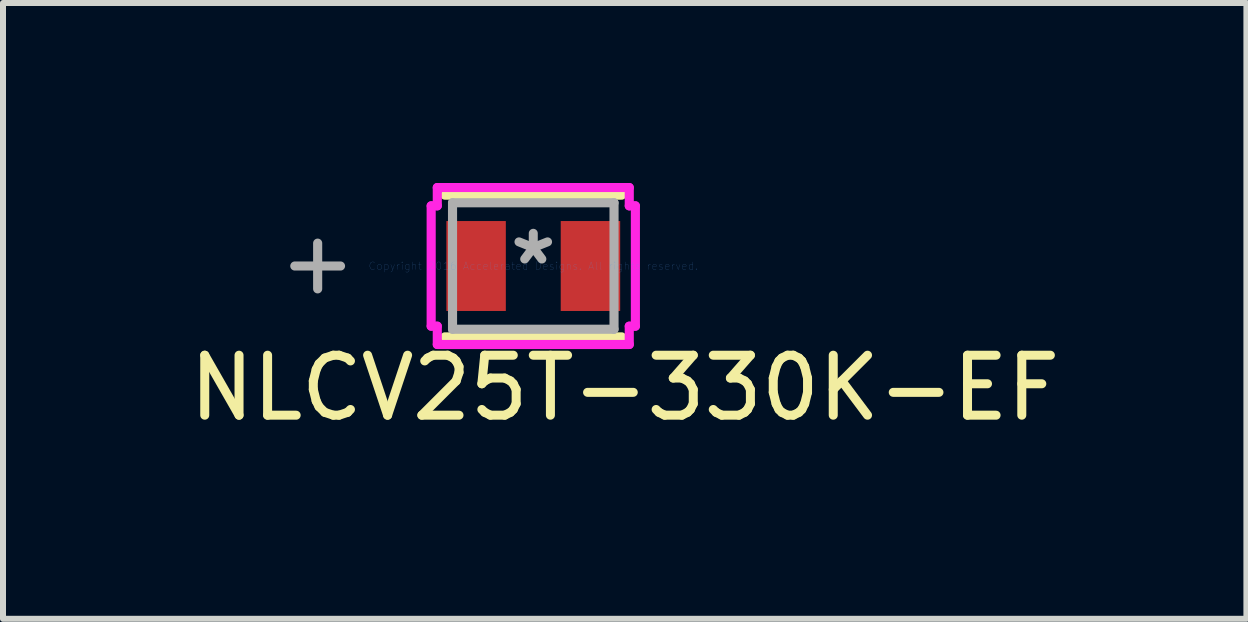
<source format=kicad_pcb>
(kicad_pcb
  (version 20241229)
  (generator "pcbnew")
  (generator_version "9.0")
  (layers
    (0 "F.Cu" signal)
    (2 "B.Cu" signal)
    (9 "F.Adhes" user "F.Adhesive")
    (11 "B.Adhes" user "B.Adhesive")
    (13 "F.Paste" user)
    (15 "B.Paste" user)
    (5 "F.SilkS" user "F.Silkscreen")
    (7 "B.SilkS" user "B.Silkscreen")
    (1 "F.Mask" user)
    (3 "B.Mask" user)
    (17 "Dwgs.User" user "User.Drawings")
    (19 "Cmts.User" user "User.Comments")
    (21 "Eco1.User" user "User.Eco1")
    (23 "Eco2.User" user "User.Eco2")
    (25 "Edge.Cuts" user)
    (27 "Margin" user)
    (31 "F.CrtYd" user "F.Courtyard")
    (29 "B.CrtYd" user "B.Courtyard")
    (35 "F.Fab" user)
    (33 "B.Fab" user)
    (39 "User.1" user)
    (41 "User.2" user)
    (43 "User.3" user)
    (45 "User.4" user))
  (footprint "NLCV25T-330K-EF"
    (layer "F.Cu")
    (at 5.839 1.384)
    (property "Reference" "NLCV25T-330K-EF" (at 1.524 2.032 0) (layer "F.SilkS") (effects (font (size 1 1) (thickness 0.15))))
    (attr through_hole)
    (fp_line (start -1.473 1.181) (end 1.473 1.181) (stroke (width 0.152) (type solid)) (layer "F.SilkS"))
    (fp_line (start 1.473 -1.181) (end -1.473 -1.181) (stroke (width 0.152) (type solid)) (layer "F.SilkS"))
    (fp_line (start -1.702 -1.003) (end -1.6 -1.003) (stroke (width 0.152) (type solid)) (layer "F.CrtYd"))
    (fp_line (start -1.702 1.003) (end -1.702 -1.003) (stroke (width 0.152) (type solid)) (layer "F.CrtYd"))
    (fp_line (start -1.6 -1.308) (end 1.6 -1.308) (stroke (width 0.152) (type solid)) (layer "F.CrtYd"))
    (fp_line (start -1.6 -1.003) (end -1.6 -1.308) (stroke (width 0.152) (type solid)) (layer "F.CrtYd"))
    (fp_line (start -1.6 1.003) (end -1.702 1.003) (stroke (width 0.152) (type solid)) (layer "F.CrtYd"))
    (fp_line (start -1.6 1.308) (end -1.6 1.003) (stroke (width 0.152) (type solid)) (layer "F.CrtYd"))
    (fp_line (start 1.6 -1.308) (end 1.6 -1.003) (stroke (width 0.152) (type solid)) (layer "F.CrtYd"))
    (fp_line (start 1.6 -1.003) (end 1.702 -1.003) (stroke (width 0.152) (type solid)) (layer "F.CrtYd"))
    (fp_line (start 1.6 1.003) (end 1.6 1.308) (stroke (width 0.152) (type solid)) (layer "F.CrtYd"))
    (fp_line (start 1.6 1.308) (end -1.6 1.308) (stroke (width 0.152) (type solid)) (layer "F.CrtYd"))
    (fp_line (start 1.702 -1.003) (end 1.702 1.003) (stroke (width 0.152) (type solid)) (layer "F.CrtYd"))
    (fp_line (start 1.702 1.003) (end 1.6 1.003) (stroke (width 0.152) (type solid)) (layer "F.CrtYd"))
    (fp_line (start -3.594 -0.381) (end -3.594 0.381) (stroke (width 0.152) (type solid)) (layer "F.Fab"))
    (fp_line (start -3.213 0) (end -3.975 0) (stroke (width 0.152) (type solid)) (layer "F.Fab"))
    (fp_line (start -1.346 -1.054) (end -1.346 1.054) (stroke (width 0.152) (type solid)) (layer "F.Fab"))
    (fp_line (start -1.346 1.054) (end 1.346 1.054) (stroke (width 0.152) (type solid)) (layer "F.Fab"))
    (fp_line (start 1.346 -1.054) (end -1.346 -1.054) (stroke (width 0.152) (type solid)) (layer "F.Fab"))
    (fp_line (start 1.346 1.054) (end 1.346 -1.054) (stroke (width 0.152) (type solid)) (layer "F.Fab"))
    (fp_text user "Copyright 2016 Accelerated Designs. All rights reserved." (at 0 0 0) (layer "Cmts.User") (effects (font (size 0.127 0.127) (thickness 0.002))))
    (fp_text user "*" (at 0 0 0) (layer "F.Fab") (effects (font (size 1 1) (thickness 0.15))))
    (pad "1" smd rect (at -0.953 0) (size 0.991 1.499) (layers "F.Cu" "F.Mask" "F.Paste"))
    (pad "2" smd rect (at 0.953 0) (size 0.991 1.499) (layers "F.Cu" "F.Mask" "F.Paste")))
  (gr_rect
    (start -3 -3)
    (end 17.726 7.265)
    (stroke (width 0.1) (type default))
    (fill no)
    (layer "Edge.Cuts")))
</source>
